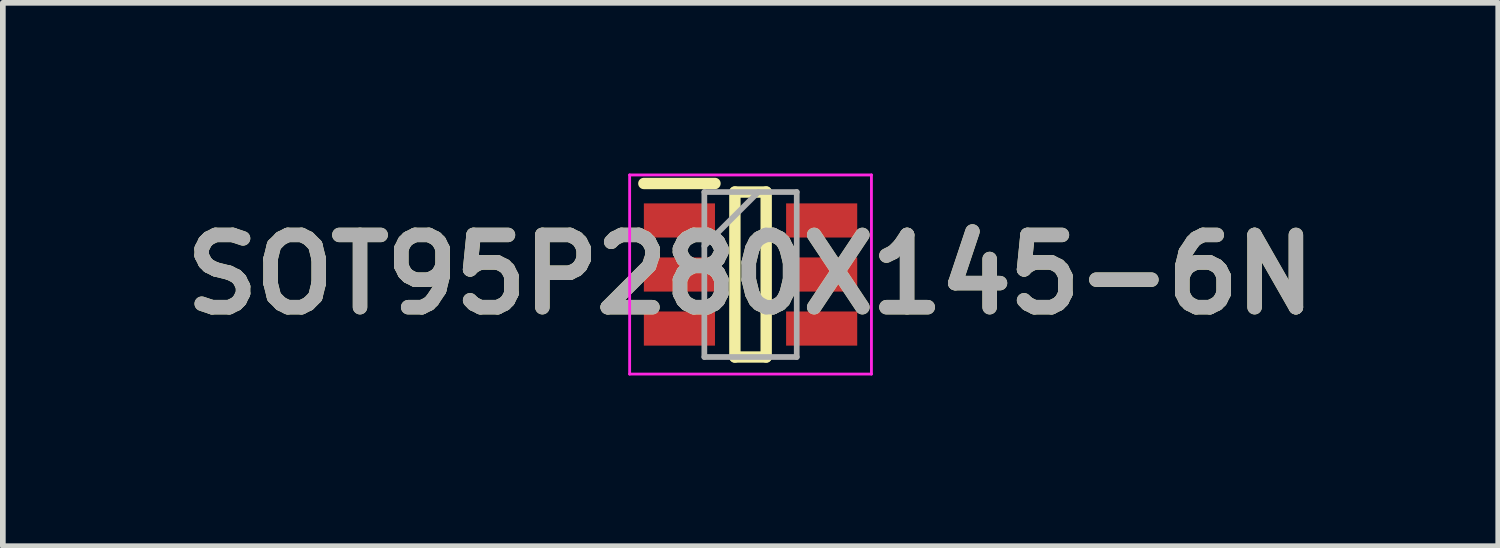
<source format=kicad_pcb>
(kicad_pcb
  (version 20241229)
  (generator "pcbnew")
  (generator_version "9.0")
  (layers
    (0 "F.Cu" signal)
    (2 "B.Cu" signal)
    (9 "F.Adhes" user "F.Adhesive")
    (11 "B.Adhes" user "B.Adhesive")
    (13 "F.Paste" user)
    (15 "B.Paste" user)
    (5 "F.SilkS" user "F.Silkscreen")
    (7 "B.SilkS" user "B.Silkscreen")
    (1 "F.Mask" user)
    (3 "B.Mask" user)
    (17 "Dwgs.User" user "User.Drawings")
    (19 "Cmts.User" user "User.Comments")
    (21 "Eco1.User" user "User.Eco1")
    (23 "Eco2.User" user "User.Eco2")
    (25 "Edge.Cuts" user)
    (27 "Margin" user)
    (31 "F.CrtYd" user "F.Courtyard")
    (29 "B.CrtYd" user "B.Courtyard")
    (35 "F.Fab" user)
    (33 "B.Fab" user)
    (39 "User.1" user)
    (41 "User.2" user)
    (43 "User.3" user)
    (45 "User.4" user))
  (footprint "SOT95P280X145-6N"
    (layer "F.Cu")
    (at 10.142 1.775)
    (property "Reference" "SOT95P280X145-6N" (at 0 0 0) (layer "F.SilkS") (effects (font (size 1.27 1.27) (thickness 0.254))))
    (attr smd)
    (fp_line (start -1.875 -1.6) (end -0.625 -1.6) (stroke (width 0.2) (type solid)) (layer "F.SilkS"))
    (fp_line (start -0.275 -1.45) (end 0.275 -1.45) (stroke (width 0.2) (type solid)) (layer "F.SilkS"))
    (fp_line (start -0.275 1.45) (end -0.275 -1.45) (stroke (width 0.2) (type solid)) (layer "F.SilkS"))
    (fp_line (start 0.275 -1.45) (end 0.275 1.45) (stroke (width 0.2) (type solid)) (layer "F.SilkS"))
    (fp_line (start 0.275 1.45) (end -0.275 1.45) (stroke (width 0.2) (type solid)) (layer "F.SilkS"))
    (fp_line (start -2.125 -1.75) (end 2.125 -1.75) (stroke (width 0.05) (type solid)) (layer "F.CrtYd"))
    (fp_line (start -2.125 1.75) (end -2.125 -1.75) (stroke (width 0.05) (type solid)) (layer "F.CrtYd"))
    (fp_line (start 2.125 -1.75) (end 2.125 1.75) (stroke (width 0.05) (type solid)) (layer "F.CrtYd"))
    (fp_line (start 2.125 1.75) (end -2.125 1.75) (stroke (width 0.05) (type solid)) (layer "F.CrtYd"))
    (fp_line (start -0.812 -1.45) (end 0.812 -1.45) (stroke (width 0.1) (type solid)) (layer "F.Fab"))
    (fp_line (start -0.812 -0.5) (end 0.138 -1.45) (stroke (width 0.1) (type solid)) (layer "F.Fab"))
    (fp_line (start -0.812 1.45) (end -0.812 -1.45) (stroke (width 0.1) (type solid)) (layer "F.Fab"))
    (fp_line (start 0.812 -1.45) (end 0.812 1.45) (stroke (width 0.1) (type solid)) (layer "F.Fab"))
    (fp_line (start 0.812 1.45) (end -0.812 1.45) (stroke (width 0.1) (type solid)) (layer "F.Fab"))
    (fp_text user "${REFERENCE}" (at 0 0 0) (layer "F.Fab") (effects (font (size 1.27 1.27) (thickness 0.254))))
    (pad "1" smd rect (at -1.25 -0.95 90) (size 0.6 1.25) (layers "F.Cu" "F.Mask" "F.Paste"))
    (pad "2" smd rect (at -1.25 0 90) (size 0.6 1.25) (layers "F.Cu" "F.Mask" "F.Paste"))
    (pad "3" smd rect (at -1.25 0.95 90) (size 0.6 1.25) (layers "F.Cu" "F.Mask" "F.Paste"))
    (pad "4" smd rect (at 1.25 0.95 90) (size 0.6 1.25) (layers "F.Cu" "F.Mask" "F.Paste"))
    (pad "5" smd rect (at 1.25 0 90) (size 0.6 1.25) (layers "F.Cu" "F.Mask" "F.Paste"))
    (pad "6" smd rect (at 1.25 -0.95 90) (size 0.6 1.25) (layers "F.Cu" "F.Mask" "F.Paste")))
  (gr_rect
    (start -3 -3)
    (end 23.284 6.55)
    (stroke (width 0.1) (type default))
    (fill no)
    (layer "Edge.Cuts")))
</source>
